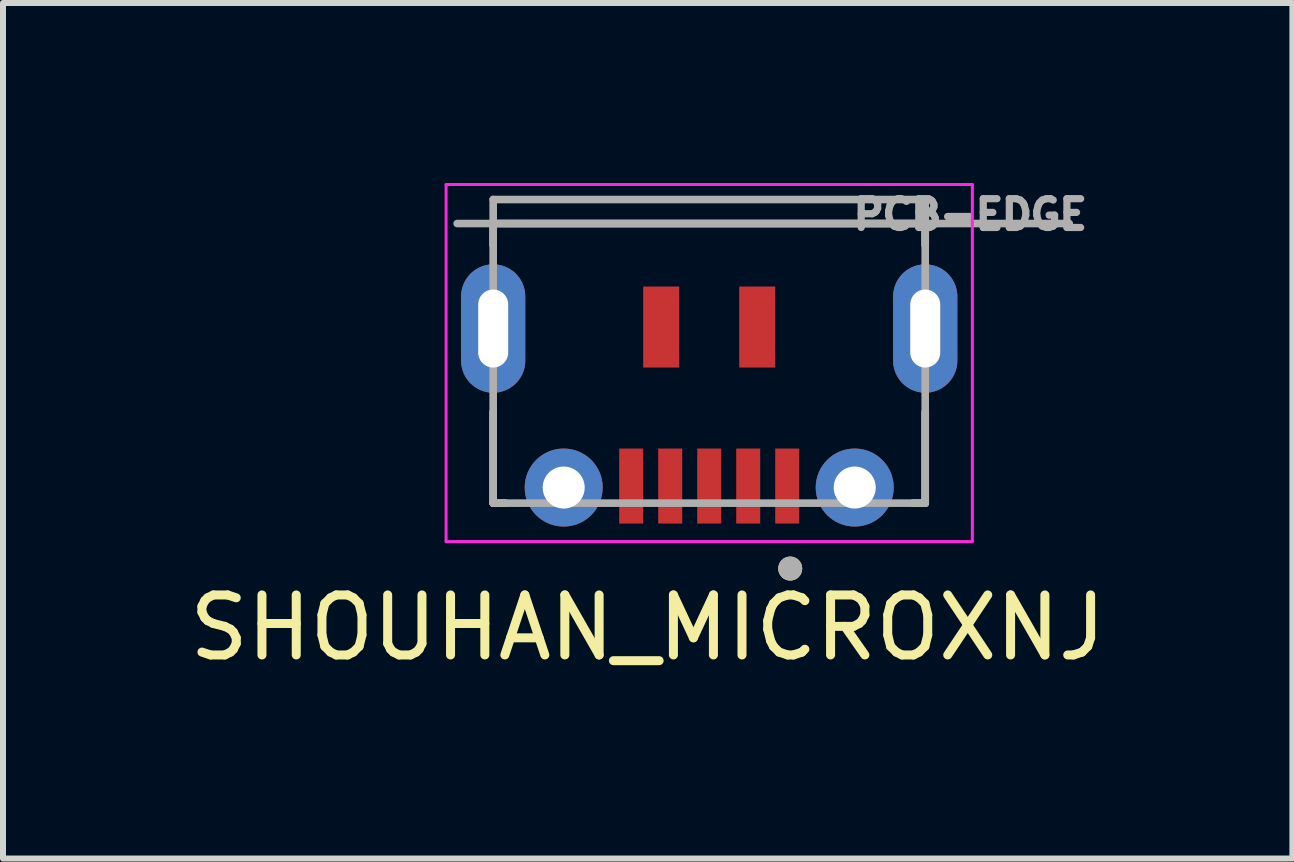
<source format=kicad_pcb>
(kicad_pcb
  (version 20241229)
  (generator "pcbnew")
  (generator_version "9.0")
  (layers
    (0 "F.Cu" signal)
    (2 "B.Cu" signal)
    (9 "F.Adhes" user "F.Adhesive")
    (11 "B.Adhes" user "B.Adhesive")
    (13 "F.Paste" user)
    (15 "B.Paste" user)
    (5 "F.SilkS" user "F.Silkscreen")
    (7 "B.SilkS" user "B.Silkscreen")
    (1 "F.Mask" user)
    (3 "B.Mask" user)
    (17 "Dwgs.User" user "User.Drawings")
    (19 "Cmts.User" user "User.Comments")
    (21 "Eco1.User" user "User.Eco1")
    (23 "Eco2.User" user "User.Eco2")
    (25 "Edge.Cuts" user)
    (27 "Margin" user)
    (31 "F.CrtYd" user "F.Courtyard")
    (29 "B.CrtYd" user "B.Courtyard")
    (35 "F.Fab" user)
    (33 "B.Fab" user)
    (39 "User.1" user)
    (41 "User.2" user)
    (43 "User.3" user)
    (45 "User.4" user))
  (footprint "SHOUHAN_MICROXNJ"
    (layer "F.Cu")
    (at 8.769 0.675)
    (property "Reference" "SHOUHAN_MICROXNJ" (at -1.025 6.735 0) (layer "F.SilkS") (effects (font (size 1 1) (thickness 0.15))))
    (attr smd)
    (fp_line (start -3.6 0) (end 3.6 0) (stroke (width 0.127) (type solid)) (layer "F.SilkS"))
    (fp_line (start -3.6 0.36) (end -3.6 0) (stroke (width 0.127) (type solid)) (layer "F.SilkS"))
    (fp_line (start -3.6 3.14) (end -3.6 4.66) (stroke (width 0.127) (type solid)) (layer "F.SilkS"))
    (fp_line (start -3.6 4.66) (end -3.395 4.66) (stroke (width 0.127) (type solid)) (layer "F.SilkS"))
    (fp_line (start 3.6 0) (end 3.6 0.36) (stroke (width 0.127) (type solid)) (layer "F.SilkS"))
    (fp_line (start 3.6 3.14) (end 3.6 4.66) (stroke (width 0.127) (type solid)) (layer "F.SilkS"))
    (fp_line (start 3.6 4.66) (end 3.395 4.66) (stroke (width 0.127) (type solid)) (layer "F.SilkS"))
    (fp_circle (center 1.35 5.75) (end 1.45 5.75) (stroke (width 0.2) (type solid)) (fill no) (layer "F.SilkS"))
    (fp_line (start -4.385 -0.65) (end 4.385 -0.65) (stroke (width 0.05) (type solid)) (layer "F.CrtYd"))
    (fp_line (start -4.385 5.3) (end -4.385 -0.65) (stroke (width 0.05) (type solid)) (layer "F.CrtYd"))
    (fp_line (start 4.385 -0.65) (end 4.385 5.3) (stroke (width 0.05) (type solid)) (layer "F.CrtYd"))
    (fp_line (start 4.385 5.3) (end -4.385 5.3) (stroke (width 0.05) (type solid)) (layer "F.CrtYd"))
    (fp_line (start -4.2 0) (end 6 0) (stroke (width 0.127) (type solid)) (layer "F.Fab"))
    (fp_line (start -3.6 -0.4) (end 3.6 -0.4) (stroke (width 0.127) (type solid)) (layer "F.Fab"))
    (fp_line (start -3.6 4.66) (end -3.6 -0.4) (stroke (width 0.127) (type solid)) (layer "F.Fab"))
    (fp_line (start 3.6 -0.4) (end 3.6 4.66) (stroke (width 0.127) (type solid)) (layer "F.Fab"))
    (fp_line (start 3.6 4.66) (end -3.6 4.66) (stroke (width 0.127) (type solid)) (layer "F.Fab"))
    (fp_circle (center 1.35 5.75) (end 1.45 5.75) (stroke (width 0.2) (type solid)) (fill no) (layer "F.Fab"))
    (fp_text user "PCB-EDGE" (at 4.35 -0.15 0) (layer "F.Fab") (effects (font (size 0.48 0.48) (thickness 0.15))))
    (pad "" thru_hole oval (at -3.6 1.75) (size 1.07 2.14) (drill oval 0.5 1.3) (layers "*.Cu" "*.Mask"))
    (pad "" thru_hole circle (at -2.425 4.4) (size 1.3 1.3) (drill 0.7) (layers "*.Cu" "*.Mask"))
    (pad "" thru_hole circle (at 2.425 4.4) (size 1.3 1.3) (drill 0.7) (layers "*.Cu" "*.Mask"))
    (pad "" thru_hole oval (at 3.6 1.75) (size 1.07 2.14) (drill oval 0.5 1.3) (layers "*.Cu" "*.Mask"))
    (pad "1" smd rect (at 1.3 4.375) (size 0.4 1.25) (layers "F.Cu" "F.Mask" "F.Paste"))
    (pad "2" smd rect (at 0.65 4.375) (size 0.4 1.25) (layers "F.Cu" "F.Mask" "F.Paste"))
    (pad "3" smd rect (at 0 4.375) (size 0.4 1.25) (layers "F.Cu" "F.Mask" "F.Paste"))
    (pad "4" smd rect (at -0.65 4.375) (size 0.4 1.25) (layers "F.Cu" "F.Mask" "F.Paste"))
    (pad "5" smd rect (at -1.3 4.375) (size 0.4 1.25) (layers "F.Cu" "F.Mask" "F.Paste"))
    (pad "6" smd rect (at -0.8 1.725) (size 0.6 1.35) (layers "F.Cu" "F.Mask" "F.Paste"))
    (pad "6" smd rect (at 0.8 1.725) (size 0.6 1.35) (layers "F.Cu" "F.Mask" "F.Paste")))
  (gr_rect
    (start -3 -3)
    (end 18.488 11.258)
    (stroke (width 0.1) (type default))
    (fill no)
    (layer "Edge.Cuts")))
</source>
